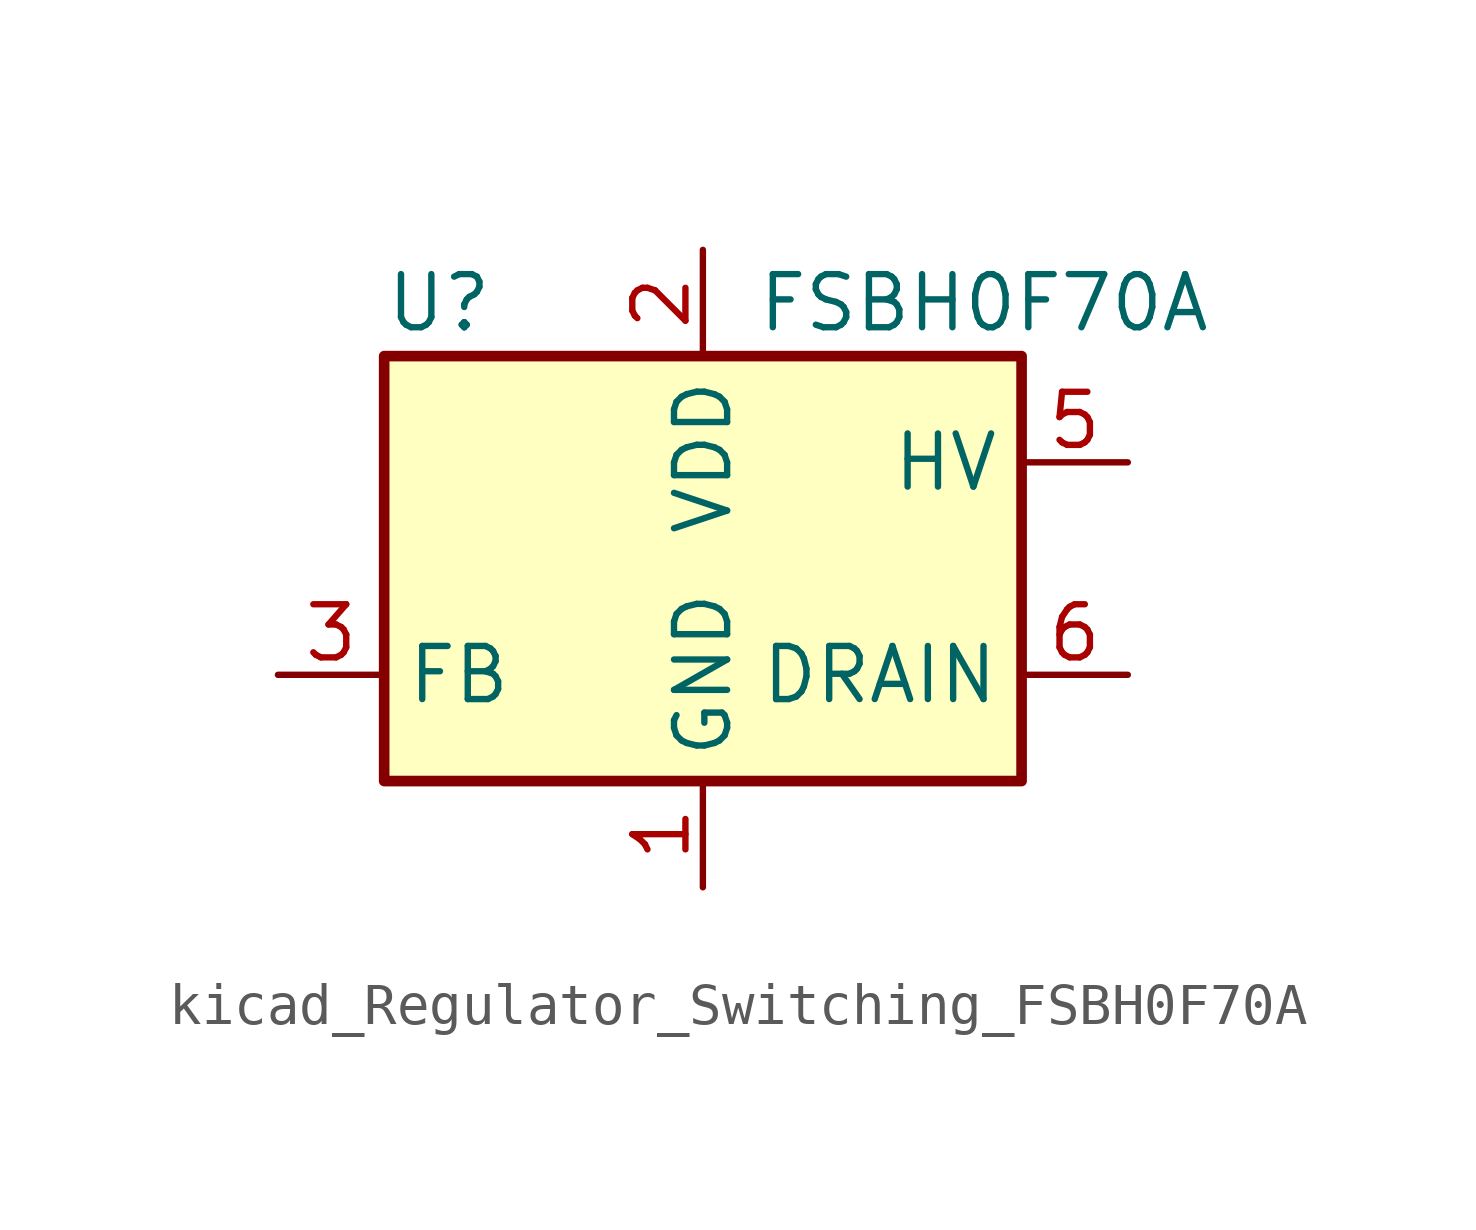
<source format=kicad_sym>
(kicad_symbol_lib
  (version 20220914)
  (generator kicad_symbol_editor)
  (symbol "kicad_Regulator_Switching_FSBH0F70A"
    (property "Reference" "U"
      (at -7.62 6.35 0)
      (effects (font (size 1.27 1.27)) (justify left)))
    (property "Value" "FSBH0F70A"
      (at 1.27 6.35 0)
      (effects (font (size 1.27 1.27)) (justify left)))
    (symbol "kicad_Regulator_Switching_FSBH0F70A_0_1"
      (rectangle (start -7.62 5.08) (end 7.62 -5.08) (stroke (width 0.254) (type default)) (fill (type background))))
    (symbol "kicad_Regulator_Switching_FSBH0F70A_1_1"
      (pin power_in line (at 0 -7.62 90) (length 2.54) (name "GND" (effects (font (size 1.27 1.27)))) (number "1" (effects (font (size 1.27 1.27)))))
      (pin power_in line (at 0 7.62 270) (length 2.54) (name "VDD" (effects (font (size 1.27 1.27)))) (number "2" (effects (font (size 1.27 1.27)))))
      (pin input line (at -10.16 -2.54 0) (length 2.54) (name "FB" (effects (font (size 1.27 1.27)))) (number "3" (effects (font (size 1.27 1.27)))))
      (pin no_connect line (at -7.62 2.54 0) (length 2.54) hide (name "NC" (effects (font (size 1.27 1.27)))) (number "4" (effects (font (size 1.27 1.27)))))
      (pin input line (at 10.16 2.54 180) (length 2.54) (name "HV" (effects (font (size 1.27 1.27)))) (number "5" (effects (font (size 1.27 1.27)))))
      (pin open_collector line (at 10.16 -2.54 180) (length 2.54) (name "DRAIN" (effects (font (size 1.27 1.27)))) (number "6" (effects (font (size 1.27 1.27)))))
      (pin open_collector line (at 10.16 -2.54 180) (length 2.54) hide (name "DRAIN" (effects (font (size 1.27 1.27)))) (number "7" (effects (font (size 1.27 1.27)))))
      (pin open_collector line (at 10.16 -2.54 180) (length 2.54) hide (name "DRAIN" (effects (font (size 1.27 1.27)))) (number "8" (effects (font (size 1.27 1.27))))))))
</source>
